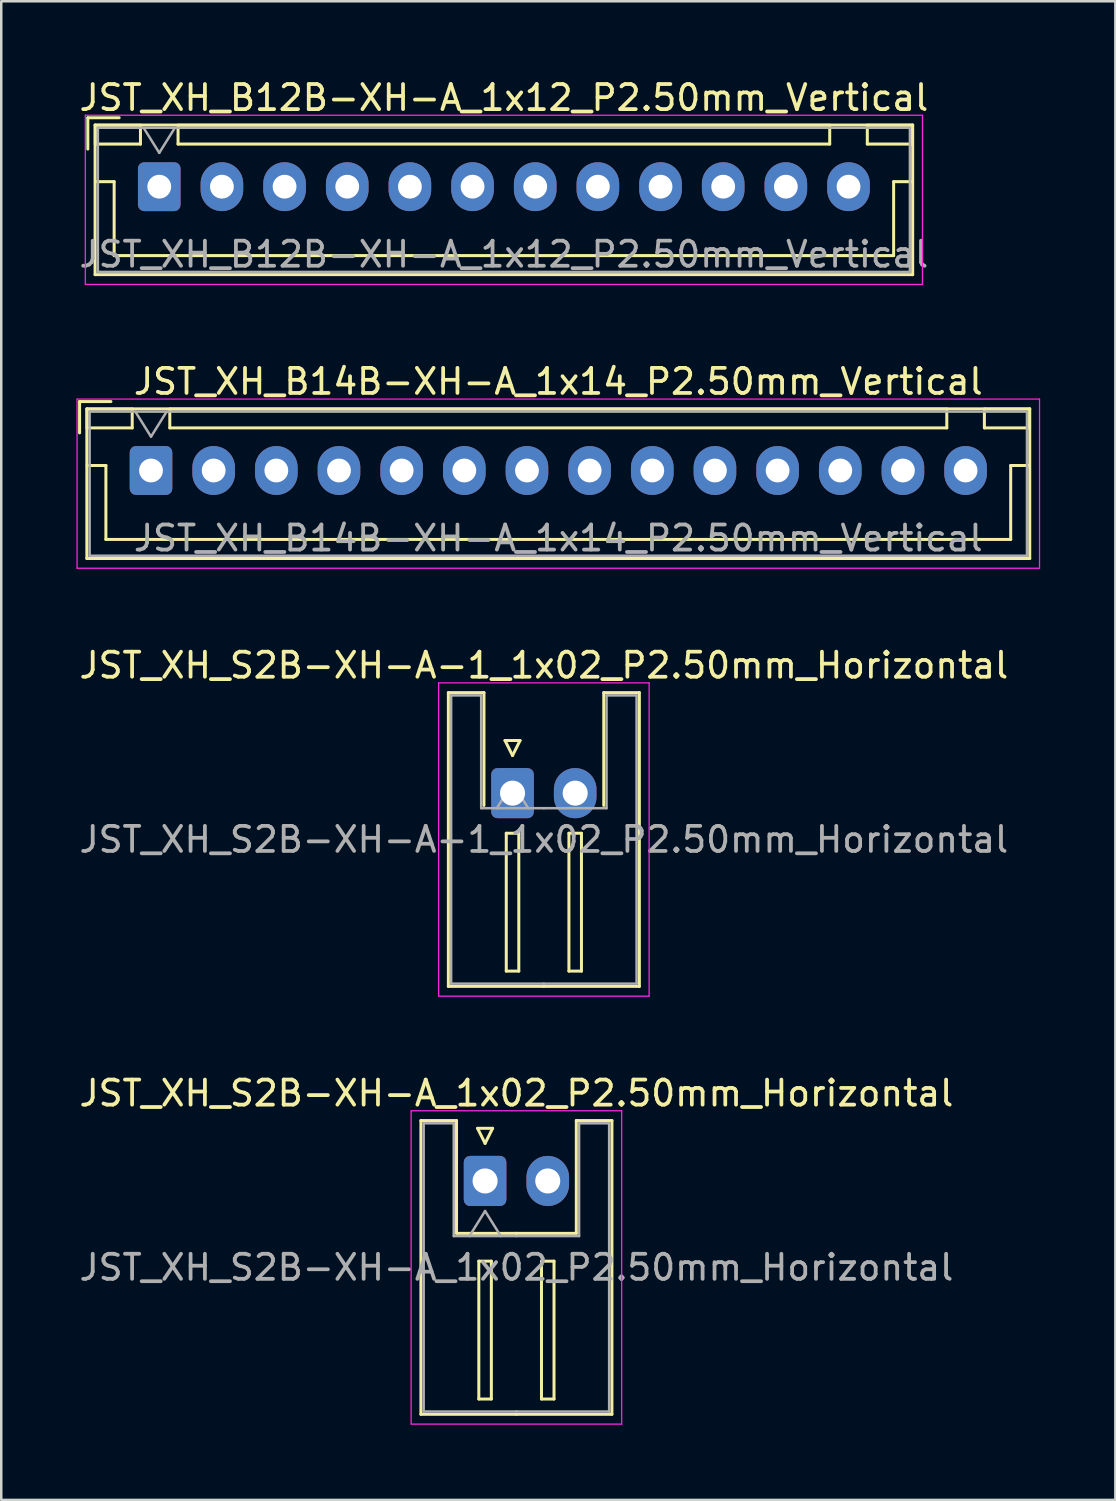
<source format=kicad_pcb>
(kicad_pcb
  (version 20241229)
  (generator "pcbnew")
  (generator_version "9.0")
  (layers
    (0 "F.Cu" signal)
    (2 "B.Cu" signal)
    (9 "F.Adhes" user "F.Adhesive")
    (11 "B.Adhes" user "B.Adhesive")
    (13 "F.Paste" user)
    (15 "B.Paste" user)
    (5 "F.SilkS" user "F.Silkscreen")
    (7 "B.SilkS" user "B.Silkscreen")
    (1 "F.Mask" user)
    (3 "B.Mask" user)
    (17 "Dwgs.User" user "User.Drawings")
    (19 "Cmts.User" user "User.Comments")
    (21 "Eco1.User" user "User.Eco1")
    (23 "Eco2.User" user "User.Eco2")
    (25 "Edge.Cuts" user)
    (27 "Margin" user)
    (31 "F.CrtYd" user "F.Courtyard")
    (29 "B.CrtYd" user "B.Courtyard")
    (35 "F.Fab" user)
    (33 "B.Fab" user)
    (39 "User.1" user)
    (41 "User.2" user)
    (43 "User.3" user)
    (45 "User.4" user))
  (footprint "JST_XH_B12B-XH-A_1x12_P2.50mm_Vertical"
    (layer "F.Cu")
    (at 3.304 4.398)
    (property "Reference" "JST_XH_B12B-XH-A_1x12_P2.50mm_Vertical" (at 13.75 -3.55 0) (layer "F.SilkS") (effects (font (size 1 1) (thickness 0.15))))
    (attr through_hole)
    (fp_line (start -2.85 -2.75) (end -2.85 -1.5) (stroke (width 0.12) (type solid)) (layer "F.SilkS"))
    (fp_line (start -2.56 -2.46) (end -2.56 3.51) (stroke (width 0.12) (type solid)) (layer "F.SilkS"))
    (fp_line (start -2.56 3.51) (end 30.06 3.51) (stroke (width 0.12) (type solid)) (layer "F.SilkS"))
    (fp_line (start -2.55 -2.45) (end -2.55 -1.7) (stroke (width 0.12) (type solid)) (layer "F.SilkS"))
    (fp_line (start -2.55 -1.7) (end -0.75 -1.7) (stroke (width 0.12) (type solid)) (layer "F.SilkS"))
    (fp_line (start -2.55 -0.2) (end -1.8 -0.2) (stroke (width 0.12) (type solid)) (layer "F.SilkS"))
    (fp_line (start -1.8 -0.2) (end -1.8 2.75) (stroke (width 0.12) (type solid)) (layer "F.SilkS"))
    (fp_line (start -1.8 2.75) (end 13.75 2.75) (stroke (width 0.12) (type solid)) (layer "F.SilkS"))
    (fp_line (start -1.6 -2.75) (end -2.85 -2.75) (stroke (width 0.12) (type solid)) (layer "F.SilkS"))
    (fp_line (start -0.75 -2.45) (end -2.55 -2.45) (stroke (width 0.12) (type solid)) (layer "F.SilkS"))
    (fp_line (start -0.75 -1.7) (end -0.75 -2.45) (stroke (width 0.12) (type solid)) (layer "F.SilkS"))
    (fp_line (start 0.75 -2.45) (end 0.75 -1.7) (stroke (width 0.12) (type solid)) (layer "F.SilkS"))
    (fp_line (start 0.75 -1.7) (end 26.75 -1.7) (stroke (width 0.12) (type solid)) (layer "F.SilkS"))
    (fp_line (start 26.75 -2.45) (end 0.75 -2.45) (stroke (width 0.12) (type solid)) (layer "F.SilkS"))
    (fp_line (start 26.75 -1.7) (end 26.75 -2.45) (stroke (width 0.12) (type solid)) (layer "F.SilkS"))
    (fp_line (start 28.25 -2.45) (end 28.25 -1.7) (stroke (width 0.12) (type solid)) (layer "F.SilkS"))
    (fp_line (start 28.25 -1.7) (end 30.05 -1.7) (stroke (width 0.12) (type solid)) (layer "F.SilkS"))
    (fp_line (start 29.3 -0.2) (end 29.3 2.75) (stroke (width 0.12) (type solid)) (layer "F.SilkS"))
    (fp_line (start 29.3 2.75) (end 13.75 2.75) (stroke (width 0.12) (type solid)) (layer "F.SilkS"))
    (fp_line (start 30.05 -2.45) (end 28.25 -2.45) (stroke (width 0.12) (type solid)) (layer "F.SilkS"))
    (fp_line (start 30.05 -1.7) (end 30.05 -2.45) (stroke (width 0.12) (type solid)) (layer "F.SilkS"))
    (fp_line (start 30.05 -0.2) (end 29.3 -0.2) (stroke (width 0.12) (type solid)) (layer "F.SilkS"))
    (fp_line (start 30.06 -2.46) (end -2.56 -2.46) (stroke (width 0.12) (type solid)) (layer "F.SilkS"))
    (fp_line (start 30.06 3.51) (end 30.06 -2.46) (stroke (width 0.12) (type solid)) (layer "F.SilkS"))
    (fp_line (start -2.95 -2.85) (end -2.95 3.9) (stroke (width 0.05) (type solid)) (layer "F.CrtYd"))
    (fp_line (start -2.95 3.9) (end 30.45 3.9) (stroke (width 0.05) (type solid)) (layer "F.CrtYd"))
    (fp_line (start 30.45 -2.85) (end -2.95 -2.85) (stroke (width 0.05) (type solid)) (layer "F.CrtYd"))
    (fp_line (start 30.45 3.9) (end 30.45 -2.85) (stroke (width 0.05) (type solid)) (layer "F.CrtYd"))
    (fp_line (start -2.45 -2.35) (end -2.45 3.4) (stroke (width 0.1) (type solid)) (layer "F.Fab"))
    (fp_line (start -2.45 3.4) (end 29.95 3.4) (stroke (width 0.1) (type solid)) (layer "F.Fab"))
    (fp_line (start -0.625 -2.35) (end 0 -1.35) (stroke (width 0.1) (type solid)) (layer "F.Fab"))
    (fp_line (start 0 -1.35) (end 0.625 -2.35) (stroke (width 0.1) (type solid)) (layer "F.Fab"))
    (fp_line (start 29.95 -2.35) (end -2.45 -2.35) (stroke (width 0.1) (type solid)) (layer "F.Fab"))
    (fp_line (start 29.95 3.4) (end 29.95 -2.35) (stroke (width 0.1) (type solid)) (layer "F.Fab"))
    (fp_text user "${REFERENCE}" (at 13.75 2.7 0) (layer "F.Fab") (effects (font (size 1 1) (thickness 0.15))))
    (pad "1" thru_hole roundrect (at 0 0) (size 1.7 1.95) (drill 0.95) (layers "*.Cu" "*.Mask") (roundrect_rratio 0.147))
    (pad "2" thru_hole oval (at 2.5 0) (size 1.7 1.95) (drill 0.95) (layers "*.Cu" "*.Mask"))
    (pad "3" thru_hole oval (at 5 0) (size 1.7 1.95) (drill 0.95) (layers "*.Cu" "*.Mask"))
    (pad "4" thru_hole oval (at 7.5 0) (size 1.7 1.95) (drill 0.95) (layers "*.Cu" "*.Mask"))
    (pad "5" thru_hole oval (at 10 0) (size 1.7 1.95) (drill 0.95) (layers "*.Cu" "*.Mask"))
    (pad "6" thru_hole oval (at 12.5 0) (size 1.7 1.95) (drill 0.95) (layers "*.Cu" "*.Mask"))
    (pad "7" thru_hole oval (at 15 0) (size 1.7 1.95) (drill 0.95) (layers "*.Cu" "*.Mask"))
    (pad "8" thru_hole oval (at 17.5 0) (size 1.7 1.95) (drill 0.95) (layers "*.Cu" "*.Mask"))
    (pad "9" thru_hole oval (at 20 0) (size 1.7 1.95) (drill 0.95) (layers "*.Cu" "*.Mask"))
    (pad "10" thru_hole oval (at 22.5 0) (size 1.7 1.95) (drill 0.95) (layers "*.Cu" "*.Mask"))
    (pad "11" thru_hole oval (at 25 0) (size 1.7 1.95) (drill 0.95) (layers "*.Cu" "*.Mask"))
    (pad "12" thru_hole oval (at 27.5 0) (size 1.7 1.95) (drill 0.95) (layers "*.Cu" "*.Mask")))
  (footprint "JST_XH_S2B-XH-A-1_1x02_P2.50mm_Horizontal"
    (layer "F.Cu")
    (at 17.399 28.595)
    (property "Reference" "JST_XH_S2B-XH-A-1_1x02_P2.50mm_Horizontal" (at 1.25 -5.1 0) (layer "F.SilkS") (effects (font (size 1 1) (thickness 0.15))))
    (attr through_hole)
    (fp_line (start -2.56 -4.01) (end -1.14 -4.01) (stroke (width 0.12) (type solid)) (layer "F.SilkS"))
    (fp_line (start -2.56 7.71) (end -2.56 -4.01) (stroke (width 0.12) (type solid)) (layer "F.SilkS"))
    (fp_line (start -1.14 -4.01) (end -1.14 0.49) (stroke (width 0.12) (type solid)) (layer "F.SilkS"))
    (fp_line (start -0.3 -2.1) (end 0.3 -2.1) (stroke (width 0.12) (type solid)) (layer "F.SilkS"))
    (fp_line (start -0.25 1.6) (end -0.25 7.1) (stroke (width 0.12) (type solid)) (layer "F.SilkS"))
    (fp_line (start -0.25 7.1) (end 0.25 7.1) (stroke (width 0.12) (type solid)) (layer "F.SilkS"))
    (fp_line (start 0 -1.5) (end -0.3 -2.1) (stroke (width 0.12) (type solid)) (layer "F.SilkS"))
    (fp_line (start 0.25 1.6) (end -0.25 1.6) (stroke (width 0.12) (type solid)) (layer "F.SilkS"))
    (fp_line (start 0.25 7.1) (end 0.25 1.6) (stroke (width 0.12) (type solid)) (layer "F.SilkS"))
    (fp_line (start 0.3 -2.1) (end 0 -1.5) (stroke (width 0.12) (type solid)) (layer "F.SilkS"))
    (fp_line (start 1.25 7.71) (end -2.56 7.71) (stroke (width 0.12) (type solid)) (layer "F.SilkS"))
    (fp_line (start 1.25 7.71) (end 5.06 7.71) (stroke (width 0.12) (type solid)) (layer "F.SilkS"))
    (fp_line (start 2.25 1.6) (end 2.25 7.1) (stroke (width 0.12) (type solid)) (layer "F.SilkS"))
    (fp_line (start 2.25 7.1) (end 2.75 7.1) (stroke (width 0.12) (type solid)) (layer "F.SilkS"))
    (fp_line (start 2.75 1.6) (end 2.25 1.6) (stroke (width 0.12) (type solid)) (layer "F.SilkS"))
    (fp_line (start 2.75 7.1) (end 2.75 1.6) (stroke (width 0.12) (type solid)) (layer "F.SilkS"))
    (fp_line (start 3.64 -4.01) (end 3.64 0.49) (stroke (width 0.12) (type solid)) (layer "F.SilkS"))
    (fp_line (start 5.06 -4.01) (end 3.64 -4.01) (stroke (width 0.12) (type solid)) (layer "F.SilkS"))
    (fp_line (start 5.06 7.71) (end 5.06 -4.01) (stroke (width 0.12) (type solid)) (layer "F.SilkS"))
    (fp_line (start -2.95 -4.4) (end -2.95 8.1) (stroke (width 0.05) (type solid)) (layer "F.CrtYd"))
    (fp_line (start -2.95 8.1) (end 5.45 8.1) (stroke (width 0.05) (type solid)) (layer "F.CrtYd"))
    (fp_line (start 5.45 -4.4) (end -2.95 -4.4) (stroke (width 0.05) (type solid)) (layer "F.CrtYd"))
    (fp_line (start 5.45 8.1) (end 5.45 -4.4) (stroke (width 0.05) (type solid)) (layer "F.CrtYd"))
    (fp_line (start -2.45 -3.9) (end -1.25 -3.9) (stroke (width 0.1) (type solid)) (layer "F.Fab"))
    (fp_line (start -2.45 7.6) (end -2.45 -3.9) (stroke (width 0.1) (type solid)) (layer "F.Fab"))
    (fp_line (start -1.25 -3.9) (end -1.25 0.6) (stroke (width 0.1) (type solid)) (layer "F.Fab"))
    (fp_line (start -1.25 0.6) (end 1.25 0.6) (stroke (width 0.1) (type solid)) (layer "F.Fab"))
    (fp_line (start -0.625 0.6) (end 0 -0.4) (stroke (width 0.1) (type solid)) (layer "F.Fab"))
    (fp_line (start 0 -0.4) (end 0.625 0.6) (stroke (width 0.1) (type solid)) (layer "F.Fab"))
    (fp_line (start 1.25 7.6) (end -2.45 7.6) (stroke (width 0.1) (type solid)) (layer "F.Fab"))
    (fp_line (start 1.25 7.6) (end 4.95 7.6) (stroke (width 0.1) (type solid)) (layer "F.Fab"))
    (fp_line (start 3.75 -3.9) (end 3.75 0.6) (stroke (width 0.1) (type solid)) (layer "F.Fab"))
    (fp_line (start 3.75 0.6) (end 1.25 0.6) (stroke (width 0.1) (type solid)) (layer "F.Fab"))
    (fp_line (start 4.95 -3.9) (end 3.75 -3.9) (stroke (width 0.1) (type solid)) (layer "F.Fab"))
    (fp_line (start 4.95 7.6) (end 4.95 -3.9) (stroke (width 0.1) (type solid)) (layer "F.Fab"))
    (fp_text user "${REFERENCE}" (at 1.25 1.85 0) (layer "F.Fab") (effects (font (size 1 1) (thickness 0.15))))
    (pad "1" thru_hole roundrect (at 0 0) (size 1.7 2) (drill 1) (layers "*.Cu" "*.Mask") (roundrect_rratio 0.147))
    (pad "2" thru_hole oval (at 2.5 0) (size 1.7 2) (drill 1) (layers "*.Cu" "*.Mask")))
  (footprint "JST_XH_S2B-XH-A_1x02_P2.50mm_Horizontal"
    (layer "F.Cu")
    (at 16.304 44.068)
    (property "Reference" "JST_XH_S2B-XH-A_1x02_P2.50mm_Horizontal" (at 1.25 -3.5 0) (layer "F.SilkS") (effects (font (size 1 1) (thickness 0.15))))
    (attr through_hole)
    (fp_line (start -2.56 -2.41) (end -1.14 -2.41) (stroke (width 0.12) (type solid)) (layer "F.SilkS"))
    (fp_line (start -2.56 9.31) (end -2.56 -2.41) (stroke (width 0.12) (type solid)) (layer "F.SilkS"))
    (fp_line (start -1.14 -2.41) (end -1.14 2.09) (stroke (width 0.12) (type solid)) (layer "F.SilkS"))
    (fp_line (start -1.14 2.09) (end 1.25 2.09) (stroke (width 0.12) (type solid)) (layer "F.SilkS"))
    (fp_line (start -0.3 -2.1) (end 0.3 -2.1) (stroke (width 0.12) (type solid)) (layer "F.SilkS"))
    (fp_line (start -0.25 3.2) (end -0.25 8.7) (stroke (width 0.12) (type solid)) (layer "F.SilkS"))
    (fp_line (start -0.25 8.7) (end 0.25 8.7) (stroke (width 0.12) (type solid)) (layer "F.SilkS"))
    (fp_line (start 0 -1.5) (end -0.3 -2.1) (stroke (width 0.12) (type solid)) (layer "F.SilkS"))
    (fp_line (start 0.25 3.2) (end -0.25 3.2) (stroke (width 0.12) (type solid)) (layer "F.SilkS"))
    (fp_line (start 0.25 8.7) (end 0.25 3.2) (stroke (width 0.12) (type solid)) (layer "F.SilkS"))
    (fp_line (start 0.3 -2.1) (end 0 -1.5) (stroke (width 0.12) (type solid)) (layer "F.SilkS"))
    (fp_line (start 1.25 9.31) (end -2.56 9.31) (stroke (width 0.12) (type solid)) (layer "F.SilkS"))
    (fp_line (start 1.25 9.31) (end 5.06 9.31) (stroke (width 0.12) (type solid)) (layer "F.SilkS"))
    (fp_line (start 2.25 3.2) (end 2.25 8.7) (stroke (width 0.12) (type solid)) (layer "F.SilkS"))
    (fp_line (start 2.25 8.7) (end 2.75 8.7) (stroke (width 0.12) (type solid)) (layer "F.SilkS"))
    (fp_line (start 2.75 3.2) (end 2.25 3.2) (stroke (width 0.12) (type solid)) (layer "F.SilkS"))
    (fp_line (start 2.75 8.7) (end 2.75 3.2) (stroke (width 0.12) (type solid)) (layer "F.SilkS"))
    (fp_line (start 3.64 -2.41) (end 3.64 2.09) (stroke (width 0.12) (type solid)) (layer "F.SilkS"))
    (fp_line (start 3.64 2.09) (end 1.25 2.09) (stroke (width 0.12) (type solid)) (layer "F.SilkS"))
    (fp_line (start 5.06 -2.41) (end 3.64 -2.41) (stroke (width 0.12) (type solid)) (layer "F.SilkS"))
    (fp_line (start 5.06 9.31) (end 5.06 -2.41) (stroke (width 0.12) (type solid)) (layer "F.SilkS"))
    (fp_line (start -2.95 -2.8) (end -2.95 9.7) (stroke (width 0.05) (type solid)) (layer "F.CrtYd"))
    (fp_line (start -2.95 9.7) (end 5.45 9.7) (stroke (width 0.05) (type solid)) (layer "F.CrtYd"))
    (fp_line (start 5.45 -2.8) (end -2.95 -2.8) (stroke (width 0.05) (type solid)) (layer "F.CrtYd"))
    (fp_line (start 5.45 9.7) (end 5.45 -2.8) (stroke (width 0.05) (type solid)) (layer "F.CrtYd"))
    (fp_line (start -2.45 -2.3) (end -1.25 -2.3) (stroke (width 0.1) (type solid)) (layer "F.Fab"))
    (fp_line (start -2.45 9.2) (end -2.45 -2.3) (stroke (width 0.1) (type solid)) (layer "F.Fab"))
    (fp_line (start -1.25 -2.3) (end -1.25 2.2) (stroke (width 0.1) (type solid)) (layer "F.Fab"))
    (fp_line (start -1.25 2.2) (end 1.25 2.2) (stroke (width 0.1) (type solid)) (layer "F.Fab"))
    (fp_line (start -0.625 2.2) (end 0 1.2) (stroke (width 0.1) (type solid)) (layer "F.Fab"))
    (fp_line (start 0 1.2) (end 0.625 2.2) (stroke (width 0.1) (type solid)) (layer "F.Fab"))
    (fp_line (start 1.25 9.2) (end -2.45 9.2) (stroke (width 0.1) (type solid)) (layer "F.Fab"))
    (fp_line (start 1.25 9.2) (end 4.95 9.2) (stroke (width 0.1) (type solid)) (layer "F.Fab"))
    (fp_line (start 3.75 -2.3) (end 3.75 2.2) (stroke (width 0.1) (type solid)) (layer "F.Fab"))
    (fp_line (start 3.75 2.2) (end 1.25 2.2) (stroke (width 0.1) (type solid)) (layer "F.Fab"))
    (fp_line (start 4.95 -2.3) (end 3.75 -2.3) (stroke (width 0.1) (type solid)) (layer "F.Fab"))
    (fp_line (start 4.95 9.2) (end 4.95 -2.3) (stroke (width 0.1) (type solid)) (layer "F.Fab"))
    (fp_text user "${REFERENCE}" (at 1.25 3.45 0) (layer "F.Fab") (effects (font (size 1 1) (thickness 0.15))))
    (pad "1" thru_hole roundrect (at 0 0) (size 1.7 2) (drill 1) (layers "*.Cu" "*.Mask") (roundrect_rratio 0.147))
    (pad "2" thru_hole oval (at 2.5 0) (size 1.7 2) (drill 1) (layers "*.Cu" "*.Mask")))
  (footprint "JST_XH_B14B-XH-A_1x14_P2.50mm_Vertical"
    (layer "F.Cu")
    (at 2.975 15.722)
    (property "Reference" "JST_XH_B14B-XH-A_1x14_P2.50mm_Vertical" (at 16.25 -3.55 0) (layer "F.SilkS") (effects (font (size 1 1) (thickness 0.15))))
    (attr through_hole)
    (fp_line (start -2.85 -2.75) (end -2.85 -1.5) (stroke (width 0.12) (type solid)) (layer "F.SilkS"))
    (fp_line (start -2.56 -2.46) (end -2.56 3.51) (stroke (width 0.12) (type solid)) (layer "F.SilkS"))
    (fp_line (start -2.56 3.51) (end 35.06 3.51) (stroke (width 0.12) (type solid)) (layer "F.SilkS"))
    (fp_line (start -2.55 -2.45) (end -2.55 -1.7) (stroke (width 0.12) (type solid)) (layer "F.SilkS"))
    (fp_line (start -2.55 -1.7) (end -0.75 -1.7) (stroke (width 0.12) (type solid)) (layer "F.SilkS"))
    (fp_line (start -2.55 -0.2) (end -1.8 -0.2) (stroke (width 0.12) (type solid)) (layer "F.SilkS"))
    (fp_line (start -1.8 -0.2) (end -1.8 2.75) (stroke (width 0.12) (type solid)) (layer "F.SilkS"))
    (fp_line (start -1.8 2.75) (end 16.25 2.75) (stroke (width 0.12) (type solid)) (layer "F.SilkS"))
    (fp_line (start -1.6 -2.75) (end -2.85 -2.75) (stroke (width 0.12) (type solid)) (layer "F.SilkS"))
    (fp_line (start -0.75 -2.45) (end -2.55 -2.45) (stroke (width 0.12) (type solid)) (layer "F.SilkS"))
    (fp_line (start -0.75 -1.7) (end -0.75 -2.45) (stroke (width 0.12) (type solid)) (layer "F.SilkS"))
    (fp_line (start 0.75 -2.45) (end 0.75 -1.7) (stroke (width 0.12) (type solid)) (layer "F.SilkS"))
    (fp_line (start 0.75 -1.7) (end 31.75 -1.7) (stroke (width 0.12) (type solid)) (layer "F.SilkS"))
    (fp_line (start 31.75 -2.45) (end 0.75 -2.45) (stroke (width 0.12) (type solid)) (layer "F.SilkS"))
    (fp_line (start 31.75 -1.7) (end 31.75 -2.45) (stroke (width 0.12) (type solid)) (layer "F.SilkS"))
    (fp_line (start 33.25 -2.45) (end 33.25 -1.7) (stroke (width 0.12) (type solid)) (layer "F.SilkS"))
    (fp_line (start 33.25 -1.7) (end 35.05 -1.7) (stroke (width 0.12) (type solid)) (layer "F.SilkS"))
    (fp_line (start 34.3 -0.2) (end 34.3 2.75) (stroke (width 0.12) (type solid)) (layer "F.SilkS"))
    (fp_line (start 34.3 2.75) (end 16.25 2.75) (stroke (width 0.12) (type solid)) (layer "F.SilkS"))
    (fp_line (start 35.05 -2.45) (end 33.25 -2.45) (stroke (width 0.12) (type solid)) (layer "F.SilkS"))
    (fp_line (start 35.05 -1.7) (end 35.05 -2.45) (stroke (width 0.12) (type solid)) (layer "F.SilkS"))
    (fp_line (start 35.05 -0.2) (end 34.3 -0.2) (stroke (width 0.12) (type solid)) (layer "F.SilkS"))
    (fp_line (start 35.06 -2.46) (end -2.56 -2.46) (stroke (width 0.12) (type solid)) (layer "F.SilkS"))
    (fp_line (start 35.06 3.51) (end 35.06 -2.46) (stroke (width 0.12) (type solid)) (layer "F.SilkS"))
    (fp_line (start -2.95 -2.85) (end -2.95 3.9) (stroke (width 0.05) (type solid)) (layer "F.CrtYd"))
    (fp_line (start -2.95 3.9) (end 35.45 3.9) (stroke (width 0.05) (type solid)) (layer "F.CrtYd"))
    (fp_line (start 35.45 -2.85) (end -2.95 -2.85) (stroke (width 0.05) (type solid)) (layer "F.CrtYd"))
    (fp_line (start 35.45 3.9) (end 35.45 -2.85) (stroke (width 0.05) (type solid)) (layer "F.CrtYd"))
    (fp_line (start -2.45 -2.35) (end -2.45 3.4) (stroke (width 0.1) (type solid)) (layer "F.Fab"))
    (fp_line (start -2.45 3.4) (end 34.95 3.4) (stroke (width 0.1) (type solid)) (layer "F.Fab"))
    (fp_line (start -0.625 -2.35) (end 0 -1.35) (stroke (width 0.1) (type solid)) (layer "F.Fab"))
    (fp_line (start 0 -1.35) (end 0.625 -2.35) (stroke (width 0.1) (type solid)) (layer "F.Fab"))
    (fp_line (start 34.95 -2.35) (end -2.45 -2.35) (stroke (width 0.1) (type solid)) (layer "F.Fab"))
    (fp_line (start 34.95 3.4) (end 34.95 -2.35) (stroke (width 0.1) (type solid)) (layer "F.Fab"))
    (fp_text user "${REFERENCE}" (at 16.25 2.7 0) (layer "F.Fab") (effects (font (size 1 1) (thickness 0.15))))
    (pad "1" thru_hole roundrect (at 0 0) (size 1.7 1.95) (drill 0.95) (layers "*.Cu" "*.Mask") (roundrect_rratio 0.147))
    (pad "2" thru_hole oval (at 2.5 0) (size 1.7 1.95) (drill 0.95) (layers "*.Cu" "*.Mask"))
    (pad "3" thru_hole oval (at 5 0) (size 1.7 1.95) (drill 0.95) (layers "*.Cu" "*.Mask"))
    (pad "4" thru_hole oval (at 7.5 0) (size 1.7 1.95) (drill 0.95) (layers "*.Cu" "*.Mask"))
    (pad "5" thru_hole oval (at 10 0) (size 1.7 1.95) (drill 0.95) (layers "*.Cu" "*.Mask"))
    (pad "6" thru_hole oval (at 12.5 0) (size 1.7 1.95) (drill 0.95) (layers "*.Cu" "*.Mask"))
    (pad "7" thru_hole oval (at 15 0) (size 1.7 1.95) (drill 0.95) (layers "*.Cu" "*.Mask"))
    (pad "8" thru_hole oval (at 17.5 0) (size 1.7 1.95) (drill 0.95) (layers "*.Cu" "*.Mask"))
    (pad "9" thru_hole oval (at 20 0) (size 1.7 1.95) (drill 0.95) (layers "*.Cu" "*.Mask"))
    (pad "10" thru_hole oval (at 22.5 0) (size 1.7 1.95) (drill 0.95) (layers "*.Cu" "*.Mask"))
    (pad "11" thru_hole oval (at 25 0) (size 1.7 1.95) (drill 0.95) (layers "*.Cu" "*.Mask"))
    (pad "12" thru_hole oval (at 27.5 0) (size 1.7 1.95) (drill 0.95) (layers "*.Cu" "*.Mask"))
    (pad "13" thru_hole oval (at 30 0) (size 1.7 1.95) (drill 0.95) (layers "*.Cu" "*.Mask"))
    (pad "14" thru_hole oval (at 32.5 0) (size 1.7 1.95) (drill 0.95) (layers "*.Cu" "*.Mask")))
  (gr_rect
    (start -3 -3)
    (end 41.45 56.793)
    (stroke (width 0.1) (type default))
    (fill no)
    (layer "Edge.Cuts")))
</source>
